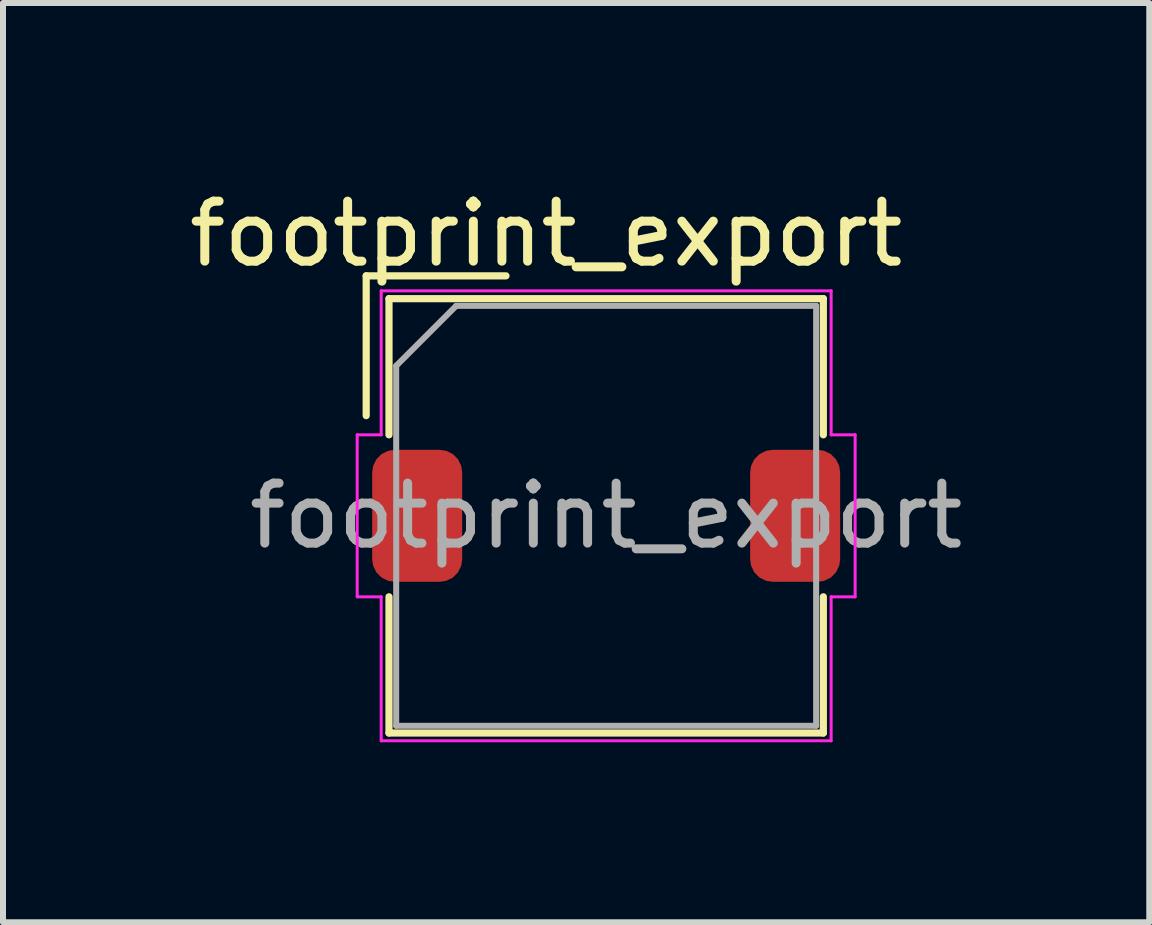
<source format=kicad_pcb>
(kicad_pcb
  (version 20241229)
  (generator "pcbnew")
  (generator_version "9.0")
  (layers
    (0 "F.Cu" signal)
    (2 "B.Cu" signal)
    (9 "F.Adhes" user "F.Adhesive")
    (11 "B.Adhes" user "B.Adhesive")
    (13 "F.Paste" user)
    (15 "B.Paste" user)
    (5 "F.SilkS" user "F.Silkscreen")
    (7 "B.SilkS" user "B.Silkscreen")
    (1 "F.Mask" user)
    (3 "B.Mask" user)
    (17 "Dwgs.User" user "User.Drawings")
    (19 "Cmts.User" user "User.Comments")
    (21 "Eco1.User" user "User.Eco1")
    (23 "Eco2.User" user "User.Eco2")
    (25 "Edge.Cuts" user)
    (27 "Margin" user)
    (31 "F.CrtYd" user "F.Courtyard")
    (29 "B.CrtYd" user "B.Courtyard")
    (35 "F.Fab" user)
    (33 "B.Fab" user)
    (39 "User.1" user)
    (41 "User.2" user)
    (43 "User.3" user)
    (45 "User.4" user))
  (footprint "footprint_export"
    (layer "F.Cu")
    (at 7.054 5.548)
    (property "Reference" "footprint_export" (at -1 -4.7 0) (layer "F.SilkS") (effects (font (size 1 1) (thickness 0.15))))
    (attr smd)
    (fp_line (start -4 -4) (end -1.67 -4) (stroke (width 0.12) (type solid)) (layer "F.SilkS"))
    (fp_line (start -4 -1.67) (end -4 -4) (stroke (width 0.12) (type solid)) (layer "F.SilkS"))
    (fp_line (start -3.62 -3.62) (end -3.62 -1.35) (stroke (width 0.12) (type solid)) (layer "F.SilkS"))
    (fp_line (start -3.62 -3.62) (end 3.62 -3.62) (stroke (width 0.12) (type solid)) (layer "F.SilkS"))
    (fp_line (start -3.62 1.35) (end -3.62 3.62) (stroke (width 0.12) (type solid)) (layer "F.SilkS"))
    (fp_line (start -3.62 3.62) (end 3.62 3.62) (stroke (width 0.12) (type solid)) (layer "F.SilkS"))
    (fp_line (start 3.62 -3.62) (end 3.62 -1.35) (stroke (width 0.12) (type solid)) (layer "F.SilkS"))
    (fp_line (start 3.62 1.35) (end 3.62 3.62) (stroke (width 0.12) (type solid)) (layer "F.SilkS"))
    (fp_line (start -4.15 -1.35) (end -4.15 1.35) (stroke (width 0.05) (type solid)) (layer "F.CrtYd"))
    (fp_line (start -4.15 1.35) (end -3.75 1.35) (stroke (width 0.05) (type solid)) (layer "F.CrtYd"))
    (fp_line (start -3.75 -3.75) (end -3.75 -1.35) (stroke (width 0.05) (type solid)) (layer "F.CrtYd"))
    (fp_line (start -3.75 -3.75) (end 3.75 -3.75) (stroke (width 0.05) (type solid)) (layer "F.CrtYd"))
    (fp_line (start -3.75 -1.35) (end -4.15 -1.35) (stroke (width 0.05) (type solid)) (layer "F.CrtYd"))
    (fp_line (start -3.75 1.35) (end -3.75 3.75) (stroke (width 0.05) (type solid)) (layer "F.CrtYd"))
    (fp_line (start -3.75 3.75) (end 3.75 3.75) (stroke (width 0.05) (type solid)) (layer "F.CrtYd"))
    (fp_line (start 3.75 -3.75) (end 3.75 -1.35) (stroke (width 0.05) (type solid)) (layer "F.CrtYd"))
    (fp_line (start 3.75 -1.35) (end 4.15 -1.35) (stroke (width 0.05) (type solid)) (layer "F.CrtYd"))
    (fp_line (start 3.75 1.35) (end 3.75 3.75) (stroke (width 0.05) (type solid)) (layer "F.CrtYd"))
    (fp_line (start 4.15 -1.35) (end 4.15 1.35) (stroke (width 0.05) (type solid)) (layer "F.CrtYd"))
    (fp_line (start 4.15 1.35) (end 3.75 1.35) (stroke (width 0.05) (type solid)) (layer "F.CrtYd"))
    (fp_line (start -3.5 -2.5) (end -2.5 -3.5) (stroke (width 0.1) (type solid)) (layer "F.Fab"))
    (fp_line (start -3.5 3.5) (end -3.5 -2.5) (stroke (width 0.1) (type solid)) (layer "F.Fab"))
    (fp_line (start -2.5 -3.5) (end 3.5 -3.5) (stroke (width 0.1) (type solid)) (layer "F.Fab"))
    (fp_line (start 3.5 -3.5) (end 3.5 3.5) (stroke (width 0.1) (type solid)) (layer "F.Fab"))
    (fp_line (start 3.5 3.5) (end -3.5 3.5) (stroke (width 0.1) (type solid)) (layer "F.Fab"))
    (fp_text user "${REFERENCE}" (at 0 0 0) (layer "F.Fab") (effects (font (size 1 1) (thickness 0.15))))
    (pad "1" smd roundrect (at -3.15 0) (size 1.5 2.2) (layers "F.Cu" "F.Mask" "F.Paste") (roundrect_rratio 0.25))
    (pad "2" smd roundrect (at 3.15 0) (size 1.5 2.2) (layers "F.Cu" "F.Mask" "F.Paste") (roundrect_rratio 0.25)))
  (gr_rect
    (start -3 -3)
    (end 16.107 12.323)
    (stroke (width 0.1) (type default))
    (fill no)
    (layer "Edge.Cuts")))
</source>
